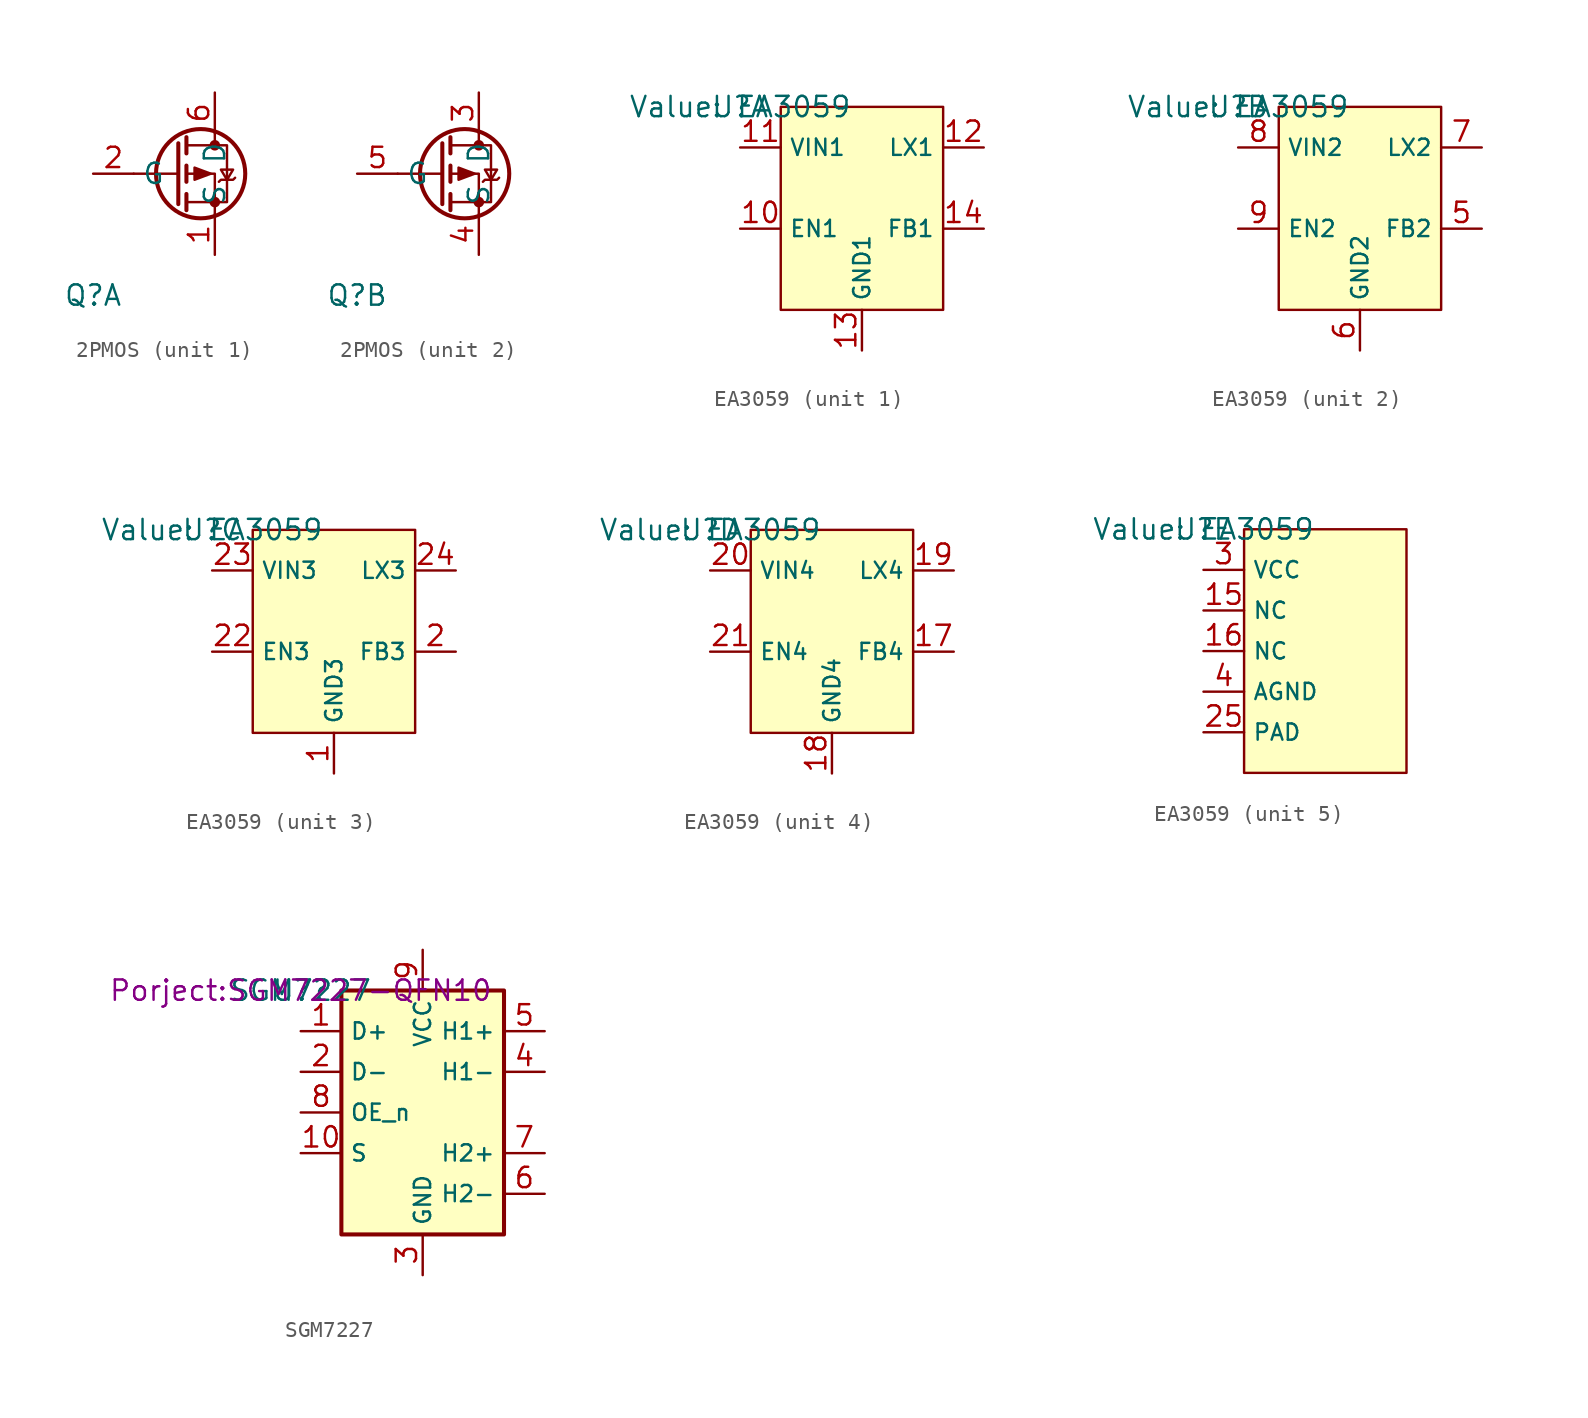
<source format=kicad_sym>
(kicad_symbol_lib
  (version 20231120)
  (generator "kicad_symbol_editor")
  (generator_version "8.0")
  (symbol "2PMOS"
    (property "Reference" "Q"
      (at -7.62 -7.62 0)
      (effects (font (size 1.27 1.27))))
    (property "Value" ""
      (at -7.62 -7.62 0)
      (effects (font (size 1.27 1.27))))
    (property "ki_locked" ""
      (at 0 0 0)
      (effects (font (size 1.27 1.27))))
    (symbol "2PMOS_0_1"
      (circle (center -0.889 0) (radius 2.794) (stroke (width 0.254) (type default)) (fill (type none)))
      (circle (center 0 -1.778) (radius 0.254) (stroke (width 0) (type default)) (fill (type outline)))
      (polyline (pts (xy -2.286 0) (xy -5.08 0)) (stroke (width 0) (type default)) (fill (type none)))
      (polyline (pts (xy -2.286 1.905) (xy -2.286 -1.905)) (stroke (width 0.254) (type default)) (fill (type none)))
      (polyline (pts (xy -1.778 -1.27) (xy -1.778 -2.286)) (stroke (width 0.254) (type default)) (fill (type none)))
      (polyline (pts (xy -1.778 0.508) (xy -1.778 -0.508)) (stroke (width 0.254) (type default)) (fill (type none)))
      (polyline (pts (xy -1.778 2.286) (xy -1.778 1.27)) (stroke (width 0.254) (type default)) (fill (type none)))
      (polyline (pts (xy 0 2.54) (xy 0 1.778)) (stroke (width 0) (type default)) (fill (type none)))
      (polyline (pts (xy 0 -2.54) (xy 0 0) (xy -1.778 0)) (stroke (width 0) (type default)) (fill (type none)))
      (polyline (pts (xy -1.778 1.778) (xy 0.762 1.778) (xy 0.762 -1.778) (xy -1.778 -1.778)) (stroke (width 0) (type default)) (fill (type none)))
      (polyline (pts (xy -0.254 0) (xy -1.27 0.381) (xy -1.27 -0.381) (xy -0.254 0)) (stroke (width 0) (type default)) (fill (type outline)))
      (polyline (pts (xy 0.254 -0.508) (xy 0.381 -0.381) (xy 1.143 -0.381) (xy 1.27 -0.254)) (stroke (width 0) (type default)) (fill (type none)))
      (polyline (pts (xy 0.762 -0.381) (xy 0.381 0.254) (xy 1.143 0.254) (xy 0.762 -0.381)) (stroke (width 0) (type default)) (fill (type none)))
      (circle (center 0 1.778) (radius 0.254) (stroke (width 0) (type default)) (fill (type outline))))
    (symbol "2PMOS_1_1"
      (pin passive line (at 0 -5.08 90) (length 2.54) (name "S" (effects (font (size 1.27 1.27)))) (number "1" (effects (font (size 1.27 1.27)))))
      (pin passive line (at -7.62 0 0) (length 2.54) (name "G" (effects (font (size 1.27 1.27)))) (number "2" (effects (font (size 1.27 1.27)))))
      (pin passive line (at 0 5.08 270) (length 2.54) (name "D" (effects (font (size 1.27 1.27)))) (number "6" (effects (font (size 1.27 1.27))))))
    (symbol "2PMOS_2_1"
      (pin passive line (at 0 5.08 270) (length 2.54) (name "D" (effects (font (size 1.27 1.27)))) (number "3" (effects (font (size 1.27 1.27)))))
      (pin passive line (at 0 -5.08 90) (length 2.54) (name "S" (effects (font (size 1.27 1.27)))) (number "4" (effects (font (size 1.27 1.27)))))
      (pin passive line (at -7.62 0 0) (length 2.54) (name "G" (effects (font (size 1.27 1.27)))) (number "5" (effects (font (size 1.27 1.27)))))))
  (symbol "EA3059"
    (property "Reference" "U"
      (at 0 0 0)
      (effects (font (size 1.27 1.27))))
    (property "Value" "EA3059"
      (at 0 0 0)
      (show_name)
      (effects (font (size 1.27 1.27))))
    (property "ki_locked" ""
      (at 0 0 0)
      (effects (font (size 1.27 1.27))))
    (symbol "EA3059_1_1"
      (rectangle (start 2.54 0) (end 12.7 -12.7) (stroke (width 0) (type default)) (fill (type background)))
      (pin passive line (at 0 -7.62 0) (length 2.54) (name "EN1" (effects (font (size 1.016 1.016)))) (number "10" (effects (font (size 1.27 1.27)))))
      (pin passive line (at 0 -2.54 0) (length 2.54) (name "VIN1" (effects (font (size 1.016 1.016)))) (number "11" (effects (font (size 1.27 1.27)))))
      (pin passive line (at 15.24 -2.54 180) (length 2.54) (name "LX1" (effects (font (size 1.016 1.016)))) (number "12" (effects (font (size 1.27 1.27)))))
      (pin passive line (at 7.62 -15.24 90) (length 2.54) (name "GND1" (effects (font (size 1.016 1.016)))) (number "13" (effects (font (size 1.27 1.27)))))
      (pin passive line (at 15.24 -7.62 180) (length 2.54) (name "FB1" (effects (font (size 1.016 1.016)))) (number "14" (effects (font (size 1.27 1.27))))))
    (symbol "EA3059_2_1"
      (rectangle (start 2.54 0) (end 12.7 -12.7) (stroke (width 0) (type default)) (fill (type background)))
      (pin passive line (at 15.24 -7.62 180) (length 2.54) (name "FB2" (effects (font (size 1.016 1.016)))) (number "5" (effects (font (size 1.27 1.27)))))
      (pin passive line (at 7.62 -15.24 90) (length 2.54) (name "GND2" (effects (font (size 1.016 1.016)))) (number "6" (effects (font (size 1.27 1.27)))))
      (pin passive line (at 15.24 -2.54 180) (length 2.54) (name "LX2" (effects (font (size 1.016 1.016)))) (number "7" (effects (font (size 1.27 1.27)))))
      (pin passive line (at 0 -2.54 0) (length 2.54) (name "VIN2" (effects (font (size 1.016 1.016)))) (number "8" (effects (font (size 1.27 1.27)))))
      (pin passive line (at 0 -7.62 0) (length 2.54) (name "EN2" (effects (font (size 1.016 1.016)))) (number "9" (effects (font (size 1.27 1.27))))))
    (symbol "EA3059_3_1"
      (rectangle (start 2.54 0) (end 12.7 -12.7) (stroke (width 0) (type default)) (fill (type background)))
      (pin passive line (at 7.62 -15.24 90) (length 2.54) (name "GND3" (effects (font (size 1.016 1.016)))) (number "1" (effects (font (size 1.27 1.27)))))
      (pin passive line (at 15.24 -7.62 180) (length 2.54) (name "FB3" (effects (font (size 1.016 1.016)))) (number "2" (effects (font (size 1.27 1.27)))))
      (pin passive line (at 0 -7.62 0) (length 2.54) (name "EN3" (effects (font (size 1.016 1.016)))) (number "22" (effects (font (size 1.27 1.27)))))
      (pin passive line (at 0 -2.54 0) (length 2.54) (name "VIN3" (effects (font (size 1.016 1.016)))) (number "23" (effects (font (size 1.27 1.27)))))
      (pin passive line (at 15.24 -2.54 180) (length 2.54) (name "LX3" (effects (font (size 1.016 1.016)))) (number "24" (effects (font (size 1.27 1.27))))))
    (symbol "EA3059_4_1"
      (rectangle (start 2.54 0) (end 12.7 -12.7) (stroke (width 0) (type default)) (fill (type background)))
      (pin passive line (at 15.24 -7.62 180) (length 2.54) (name "FB4" (effects (font (size 1.016 1.016)))) (number "17" (effects (font (size 1.27 1.27)))))
      (pin passive line (at 7.62 -15.24 90) (length 2.54) (name "GND4" (effects (font (size 1.016 1.016)))) (number "18" (effects (font (size 1.27 1.27)))))
      (pin passive line (at 15.24 -2.54 180) (length 2.54) (name "LX4" (effects (font (size 1.016 1.016)))) (number "19" (effects (font (size 1.27 1.27)))))
      (pin passive line (at 0 -2.54 0) (length 2.54) (name "VIN4" (effects (font (size 1.016 1.016)))) (number "20" (effects (font (size 1.27 1.27)))))
      (pin passive line (at 0 -7.62 0) (length 2.54) (name "EN4" (effects (font (size 1.016 1.016)))) (number "21" (effects (font (size 1.27 1.27))))))
    (symbol "EA3059_5_1"
      (rectangle (start 2.54 0) (end 12.7 -15.24) (stroke (width 0) (type default)) (fill (type background)))
      (pin passive line (at 0 -5.08 0) (length 2.54) (name "NC" (effects (font (size 1.016 1.016)))) (number "15" (effects (font (size 1.27 1.27)))))
      (pin passive line (at 0 -7.62 0) (length 2.54) (name "NC" (effects (font (size 1.016 1.016)))) (number "16" (effects (font (size 1.27 1.27)))))
      (pin passive line (at 0 -12.7 0) (length 2.54) (name "PAD" (effects (font (size 1.016 1.016)))) (number "25" (effects (font (size 1.27 1.27)))))
      (pin passive line (at 0 -2.54 0) (length 2.54) (name "VCC" (effects (font (size 1.016 1.016)))) (number "3" (effects (font (size 1.27 1.27)))))
      (pin passive line (at 0 -10.16 0) (length 2.54) (name "AGND" (effects (font (size 1.016 1.016)))) (number "4" (effects (font (size 1.27 1.27)))))))
  (symbol "SGM7227"
    (property "Reference" "U?"
      (at 0 0 0)
      (effects (font (size 1.27 1.27))))
    (property "Value" "SGM7227"
      (at 0 0 0)
      (effects (font (size 1.27 1.27))))
    (property "Footprint" "Porject:SGM7227-QFN10"
      (at 0 0 0)
      (effects (font (size 1.27 1.27))))
    (symbol "SGM7227_0_1"
      (rectangle (start 2.54 0) (end 12.7 -15.24) (stroke (width 0.254) (type default)) (fill (type background))))
    (symbol "SGM7227_1_1"
      (pin passive line (at 0 -2.54 0) (length 2.54) (name "D+" (effects (font (size 1.016 1.016)))) (number "1" (effects (font (size 1.27 1.27)))))
      (pin passive line (at 0 -10.16 0) (length 2.54) (name "S" (effects (font (size 1.016 1.016)))) (number "10" (effects (font (size 1.27 1.27)))))
      (pin passive line (at 0 -5.08 0) (length 2.54) (name "D-" (effects (font (size 1.016 1.016)))) (number "2" (effects (font (size 1.27 1.27)))))
      (pin passive line (at 7.62 -17.78 90) (length 2.54) (name "GND" (effects (font (size 1.016 1.016)))) (number "3" (effects (font (size 1.27 1.27)))))
      (pin passive line (at 15.24 -5.08 180) (length 2.54) (name "H1-" (effects (font (size 1.016 1.016)))) (number "4" (effects (font (size 1.27 1.27)))))
      (pin passive line (at 15.24 -2.54 180) (length 2.54) (name "H1+" (effects (font (size 1.016 1.016)))) (number "5" (effects (font (size 1.27 1.27)))))
      (pin passive line (at 15.24 -12.7 180) (length 2.54) (name "H2-" (effects (font (size 1.016 1.016)))) (number "6" (effects (font (size 1.27 1.27)))))
      (pin passive line (at 15.24 -10.16 180) (length 2.54) (name "H2+" (effects (font (size 1.016 1.016)))) (number "7" (effects (font (size 1.27 1.27)))))
      (pin passive line (at 0 -7.62 0) (length 2.54) (name "OE_n" (effects (font (size 1.016 1.016)))) (number "8" (effects (font (size 1.27 1.27)))))
      (pin passive line (at 7.62 2.54 270) (length 2.54) (name "VCC" (effects (font (size 1.016 1.016)))) (number "9" (effects (font (size 1.27 1.27))))))))
</source>
